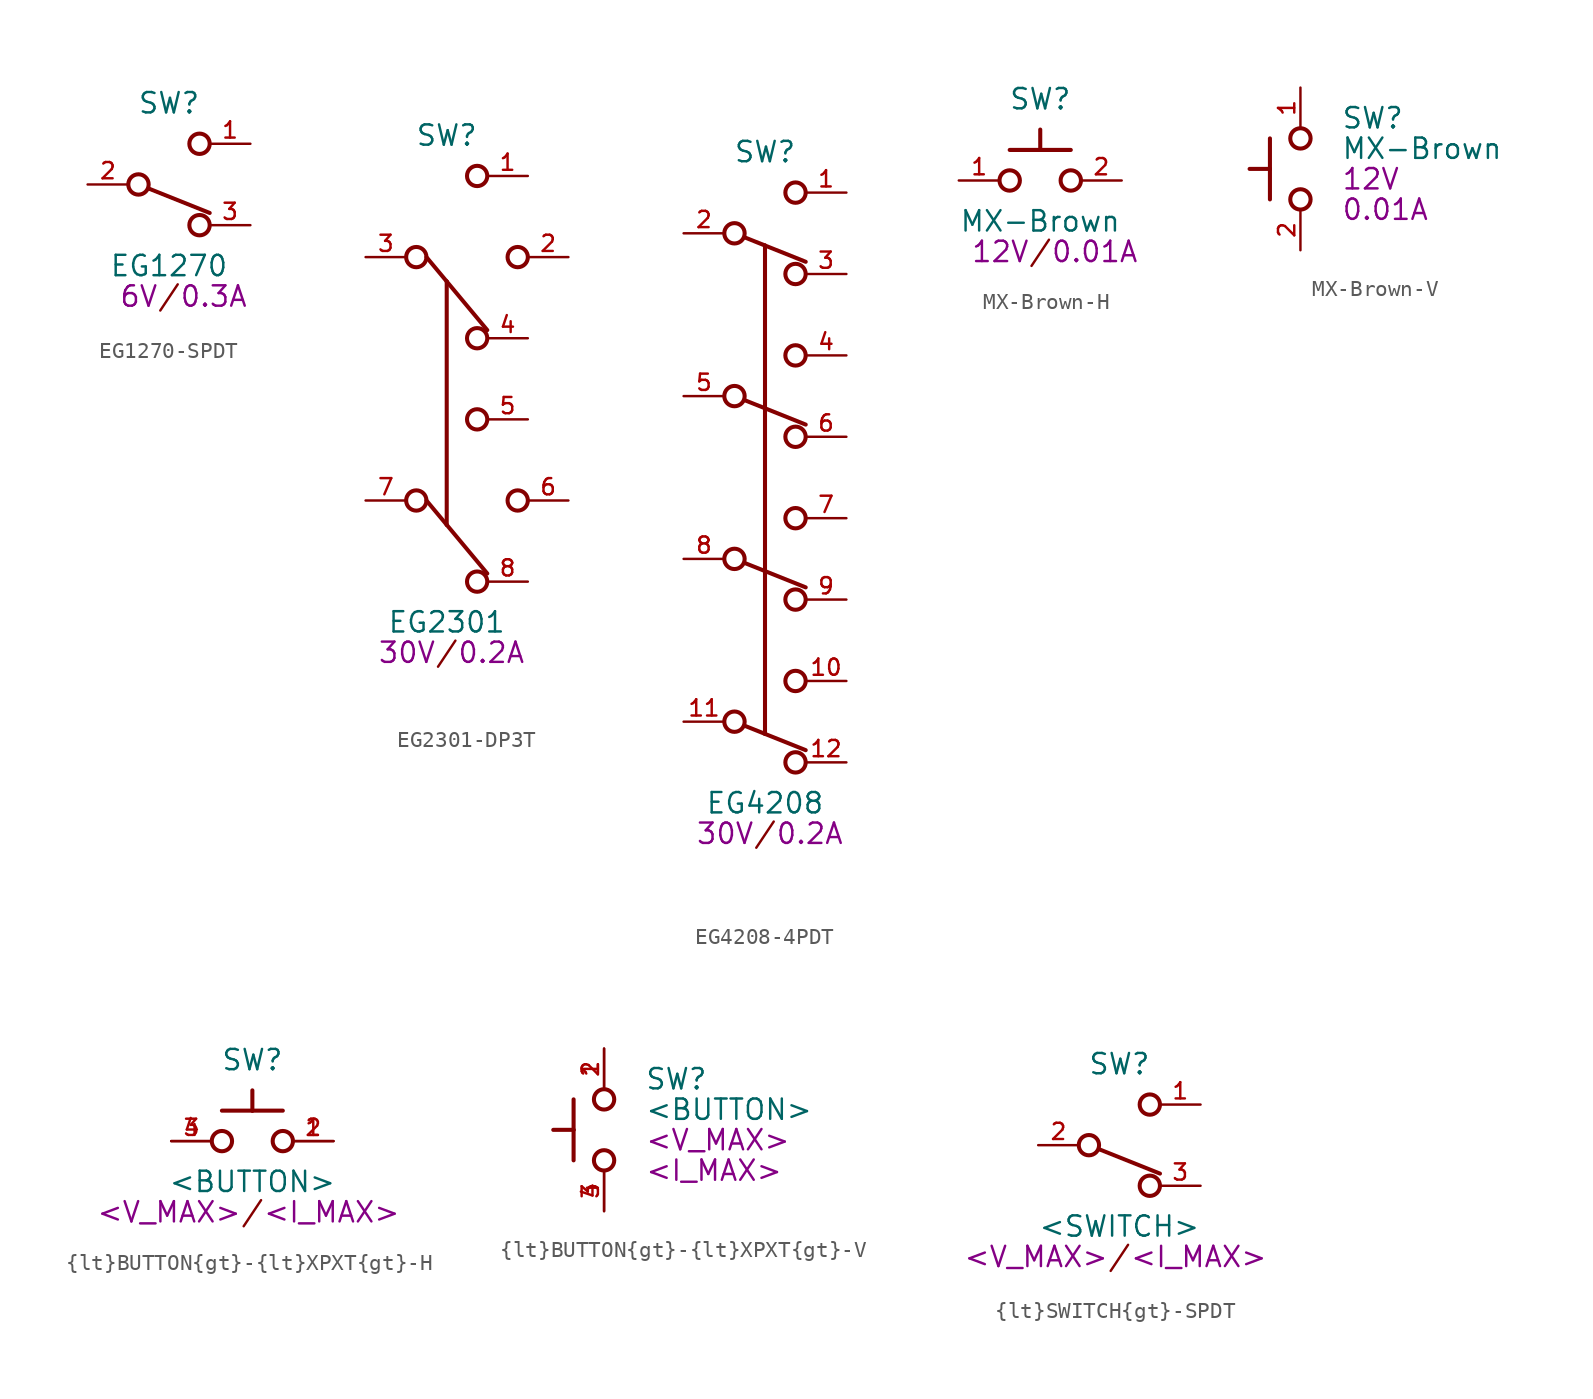
<source format=kicad_sym>
(kicad_symbol_lib
  (version 20231120)
  (generator "kicad_symbol_editor")
  (generator_version "8.0")
  (symbol "EG1270-SPDT"
    (pin_names
      (offset 1.016))
    (property "Reference" "SW"
      (at 0 5.08 0)
      (effects (font (size 1.27 1.27))))
    (property "Value" "EG1270"
      (at 0 -5.08 0)
      (effects (font (size 1.27 1.27))))
    (property "V_MAX" "6V"
      (at -0.635 -6.985 0)
      (effects (font (size 1.27 1.27)) (justify right)))
    (property "I_MAX" "0.3A"
      (at 0.635 -6.985 0)
      (effects (font (size 1.27 1.27)) (justify left)))
    (symbol "EG1270-SPDT_0_0"
      (circle (center -1.905 0) (radius 0.635) (stroke (width 0.254) (type default)) (fill (type none)))
      (polyline (pts (xy -1.27 -0.254) (xy 2.54 -1.778)) (stroke (width 0.254) (type default)) (fill (type none)))
      (circle (center 1.905 -2.54) (radius 0.635) (stroke (width 0.254) (type default)) (fill (type none)))
      (circle (center 1.905 2.54) (radius 0.635) (stroke (width 0.254) (type default)) (fill (type none)))
      (pin bidirectional line (at 5.08 2.54 180) (length 2.54) (name "~" (effects (font (size 1.016 1.016)))) (number "1" (effects (font (size 1.016 1.016)))))
      (pin bidirectional line (at -5.08 0 0) (length 2.54) (name "~" (effects (font (size 1.016 1.016)))) (number "2" (effects (font (size 1.016 1.016)))))
      (pin bidirectional line (at 5.08 -2.54 180) (length 2.54) (name "~" (effects (font (size 1.016 1.016)))) (number "3" (effects (font (size 1.016 1.016))))))
    (symbol "EG1270-SPDT_1_1"
      (text "/" (at 0 -6.985 0) (effects (font (size 1.27 1.27))))))
  (symbol "EG2301-DP3T"
    (pin_names
      (offset 1.016))
    (property "Reference" "SW"
      (at 0 15.24 0)
      (effects (font (size 1.27 1.27))))
    (property "Value" "EG2301"
      (at 0 -15.24 0)
      (effects (font (size 1.27 1.27))))
    (property "V_MAX" "30V"
      (at -0.635 -17.145 0)
      (effects (font (size 1.27 1.27)) (justify right)))
    (property "I_MAX" "0.2A"
      (at 0.635 -17.145 0)
      (effects (font (size 1.27 1.27)) (justify left)))
    (symbol "EG2301-DP3T_0_0"
      (circle (center -1.905 -7.62) (radius 0.635) (stroke (width 0.254) (type default)) (fill (type none)))
      (circle (center -1.905 7.62) (radius 0.635) (stroke (width 0.254) (type default)) (fill (type none)))
      (polyline (pts (xy -1.27 -7.62) (xy 0 -9.144)) (stroke (width 0.254) (type default)) (fill (type none)))
      (polyline (pts (xy -1.27 7.62) (xy 0 6.096)) (stroke (width 0.254) (type default)) (fill (type none)))
      (polyline (pts (xy 0 -9.144) (xy 2.54 -12.192)) (stroke (width 0.254) (type default)) (fill (type none)))
      (polyline (pts (xy 0 6.096) (xy 0 -9.144)) (stroke (width 0.254) (type default)) (fill (type none)))
      (polyline (pts (xy 0 6.096) (xy 2.54 3.048)) (stroke (width 0.254) (type default)) (fill (type none)))
      (circle (center 1.905 -12.7) (radius 0.635) (stroke (width 0.254) (type default)) (fill (type none)))
      (circle (center 1.905 -2.54) (radius 0.635) (stroke (width 0.254) (type default)) (fill (type none)))
      (circle (center 1.905 2.54) (radius 0.635) (stroke (width 0.254) (type default)) (fill (type none)))
      (circle (center 1.905 12.7) (radius 0.635) (stroke (width 0.254) (type default)) (fill (type none)))
      (circle (center 4.445 -7.62) (radius 0.635) (stroke (width 0.254) (type default)) (fill (type none)))
      (circle (center 4.445 7.62) (radius 0.635) (stroke (width 0.254) (type default)) (fill (type none)))
      (pin bidirectional line (at 5.08 12.7 180) (length 2.54) (name "~" (effects (font (size 1.016 1.016)))) (number "1" (effects (font (size 1.016 1.016)))))
      (pin bidirectional line (at 7.62 7.62 180) (length 2.54) (name "~" (effects (font (size 1.016 1.016)))) (number "2" (effects (font (size 1.016 1.016)))))
      (pin bidirectional line (at -5.08 7.62 0) (length 2.54) (name "~" (effects (font (size 1.016 1.016)))) (number "3" (effects (font (size 1.016 1.016)))))
      (pin bidirectional line (at 5.08 2.54 180) (length 2.54) (name "~" (effects (font (size 1.016 1.016)))) (number "4" (effects (font (size 1.016 1.016)))))
      (pin bidirectional line (at 5.08 -2.54 180) (length 2.54) (name "~" (effects (font (size 1.016 1.016)))) (number "5" (effects (font (size 1.016 1.016)))))
      (pin bidirectional line (at 7.62 -7.62 180) (length 2.54) (name "~" (effects (font (size 1.016 1.016)))) (number "6" (effects (font (size 1.016 1.016)))))
      (pin bidirectional line (at -5.08 -7.62 0) (length 2.54) (name "~" (effects (font (size 1.016 1.016)))) (number "7" (effects (font (size 1.016 1.016)))))
      (pin bidirectional line (at 5.08 -12.7 180) (length 2.54) (name "~" (effects (font (size 1.016 1.016)))) (number "8" (effects (font (size 1.016 1.016))))))
    (symbol "EG2301-DP3T_1_1"
      (text "/" (at 0 -17.145 0) (effects (font (size 1.27 1.27))))))
  (symbol "EG4208-4PDT"
    (pin_names
      (offset 1.016))
    (property "Reference" "SW"
      (at 0 20.32 0)
      (effects (font (size 1.27 1.27))))
    (property "Value" "EG4208"
      (at 0 -20.32 0)
      (effects (font (size 1.27 1.27))))
    (property "V_MAX" "30V"
      (at -0.635 -22.225 0)
      (effects (font (size 1.27 1.27)) (justify right)))
    (property "I_MAX" "0.2A"
      (at 0.635 -22.225 0)
      (effects (font (size 1.27 1.27)) (justify left)))
    (symbol "EG4208-4PDT_0_0"
      (circle (center -1.905 -15.24) (radius 0.635) (stroke (width 0.254) (type default)) (fill (type none)))
      (circle (center -1.905 -5.08) (radius 0.635) (stroke (width 0.254) (type default)) (fill (type none)))
      (circle (center -1.905 5.08) (radius 0.635) (stroke (width 0.254) (type default)) (fill (type none)))
      (circle (center -1.905 15.24) (radius 0.635) (stroke (width 0.254) (type default)) (fill (type none)))
      (polyline (pts (xy -1.27 -15.494) (xy 0 -16.002)) (stroke (width 0.254) (type default)) (fill (type none)))
      (polyline (pts (xy -1.27 -5.334) (xy 2.54 -6.858)) (stroke (width 0.254) (type default)) (fill (type none)))
      (polyline (pts (xy -1.27 4.826) (xy 2.54 3.302)) (stroke (width 0.254) (type default)) (fill (type none)))
      (polyline (pts (xy -1.27 14.986) (xy 0 14.478)) (stroke (width 0.254) (type default)) (fill (type none)))
      (polyline (pts (xy 0 -16.002) (xy 2.54 -17.018)) (stroke (width 0.254) (type default)) (fill (type none)))
      (polyline (pts (xy 0 14.478) (xy 0 -16.002)) (stroke (width 0.254) (type default)) (fill (type none)))
      (polyline (pts (xy 0 14.478) (xy 2.54 13.462)) (stroke (width 0.254) (type default)) (fill (type none)))
      (circle (center 1.905 -17.78) (radius 0.635) (stroke (width 0.254) (type default)) (fill (type none)))
      (circle (center 1.905 -12.7) (radius 0.635) (stroke (width 0.254) (type default)) (fill (type none)))
      (circle (center 1.905 -7.62) (radius 0.635) (stroke (width 0.254) (type default)) (fill (type none)))
      (circle (center 1.905 -2.54) (radius 0.635) (stroke (width 0.254) (type default)) (fill (type none)))
      (circle (center 1.905 2.54) (radius 0.635) (stroke (width 0.254) (type default)) (fill (type none)))
      (circle (center 1.905 7.62) (radius 0.635) (stroke (width 0.254) (type default)) (fill (type none)))
      (circle (center 1.905 12.7) (radius 0.635) (stroke (width 0.254) (type default)) (fill (type none)))
      (circle (center 1.905 17.78) (radius 0.635) (stroke (width 0.254) (type default)) (fill (type none)))
      (pin bidirectional line (at 5.08 17.78 180) (length 2.54) (name "~" (effects (font (size 1.016 1.016)))) (number "1" (effects (font (size 1.016 1.016)))))
      (pin bidirectional line (at 5.08 -12.7 180) (length 2.54) (name "~" (effects (font (size 1.016 1.016)))) (number "10" (effects (font (size 1.016 1.016)))))
      (pin bidirectional line (at -5.08 -15.24 0) (length 2.54) (name "~" (effects (font (size 1.016 1.016)))) (number "11" (effects (font (size 1.016 1.016)))))
      (pin bidirectional line (at 5.08 -17.78 180) (length 2.54) (name "~" (effects (font (size 1.016 1.016)))) (number "12" (effects (font (size 1.016 1.016)))))
      (pin bidirectional line (at -5.08 15.24 0) (length 2.54) (name "~" (effects (font (size 1.016 1.016)))) (number "2" (effects (font (size 1.016 1.016)))))
      (pin bidirectional line (at 5.08 12.7 180) (length 2.54) (name "~" (effects (font (size 1.016 1.016)))) (number "3" (effects (font (size 1.016 1.016)))))
      (pin bidirectional line (at 5.08 7.62 180) (length 2.54) (name "~" (effects (font (size 1.016 1.016)))) (number "4" (effects (font (size 1.016 1.016)))))
      (pin bidirectional line (at -5.08 5.08 0) (length 2.54) (name "~" (effects (font (size 1.016 1.016)))) (number "5" (effects (font (size 1.016 1.016)))))
      (pin bidirectional line (at 5.08 2.54 180) (length 2.54) (name "~" (effects (font (size 1.016 1.016)))) (number "6" (effects (font (size 1.016 1.016)))))
      (pin bidirectional line (at 5.08 -2.54 180) (length 2.54) (name "~" (effects (font (size 1.016 1.016)))) (number "7" (effects (font (size 1.016 1.016)))))
      (pin bidirectional line (at -5.08 -5.08 0) (length 2.54) (name "~" (effects (font (size 1.016 1.016)))) (number "8" (effects (font (size 1.016 1.016)))))
      (pin bidirectional line (at 5.08 -7.62 180) (length 2.54) (name "~" (effects (font (size 1.016 1.016)))) (number "9" (effects (font (size 1.016 1.016))))))
    (symbol "EG4208-4PDT_1_1"
      (text "/" (at 0 -22.225 0) (effects (font (size 1.27 1.27))))))
  (symbol "MX-Brown-H"
    (pin_names
      (offset 1.016))
    (property "Reference" "SW"
      (at 0 5.08 0)
      (effects (font (size 1.27 1.27))))
    (property "Value" "MX-Brown"
      (at 0 -2.54 0)
      (effects (font (size 1.27 1.27))))
    (property "V_MAX" "12V"
      (at -0.635 -4.445 0)
      (effects (font (size 1.27 1.27)) (justify right)))
    (property "I_MAX" "0.01A"
      (at 0.635 -4.445 0)
      (effects (font (size 1.27 1.27)) (justify left)))
    (symbol "MX-Brown-H_0_0"
      (circle (center -1.905 0) (radius 0.635) (stroke (width 0.254) (type default)) (fill (type none)))
      (polyline (pts (xy -1.905 1.905) (xy 0 1.905)) (stroke (width 0.254) (type default)) (fill (type none)))
      (polyline (pts (xy 0 1.905) (xy 0 3.175)) (stroke (width 0.254) (type default)) (fill (type none)))
      (polyline (pts (xy 0 1.905) (xy 1.905 1.905)) (stroke (width 0.254) (type default)) (fill (type none)))
      (circle (center 1.905 0) (radius 0.635) (stroke (width 0.254) (type default)) (fill (type none)))
      (text "/" (at 0 -4.445 0) (effects (font (size 1.27 1.27))))
      (pin bidirectional line (at 5.08 0 180) (length 2.54) (name "~" (effects (font (size 1.016 1.016)))) (number "2" (effects (font (size 1.016 1.016))))))
    (symbol "MX-Brown-H_1_0"
      (pin bidirectional line (at -5.08 0 0) (length 2.54) (name "~" (effects (font (size 1.016 1.016)))) (number "1" (effects (font (size 1.016 1.016)))))))
  (symbol "MX-Brown-V"
    (pin_names
      (offset 1.016))
    (property "Reference" "SW"
      (at 2.54 3.175 0)
      (effects (font (size 1.27 1.27)) (justify left)))
    (property "Value" "MX-Brown"
      (at 2.54 1.27 0)
      (effects (font (size 1.27 1.27)) (justify left)))
    (property "V_MAX" "12V"
      (at 2.54 -0.635 0)
      (effects (font (size 1.27 1.27)) (justify left)))
    (property "I_MAX" "0.01A"
      (at 2.54 -2.54 0)
      (effects (font (size 1.27 1.27)) (justify left)))
    (symbol "MX-Brown-V_0_0"
      (circle (center 0 -1.905) (radius 0.635) (stroke (width 0.254) (type default)) (fill (type none)))
      (polyline (pts (xy -1.905 -1.905) (xy -1.905 0)) (stroke (width 0.254) (type default)) (fill (type none)))
      (polyline (pts (xy -1.905 0) (xy -3.175 0)) (stroke (width 0.254) (type default)) (fill (type none)))
      (polyline (pts (xy -1.905 0) (xy -1.905 1.905)) (stroke (width 0.254) (type default)) (fill (type none)))
      (circle (center 0 1.905) (radius 0.635) (stroke (width 0.254) (type default)) (fill (type none)))
      (pin bidirectional line (at 0 5.08 270) (length 2.54) (name "~" (effects (font (size 1.016 1.016)))) (number "1" (effects (font (size 1.016 1.016))))))
    (symbol "MX-Brown-V_1_0"
      (pin bidirectional line (at 0 -5.08 90) (length 2.54) (name "~" (effects (font (size 1.016 1.016)))) (number "2" (effects (font (size 1.016 1.016)))))))
  (symbol "{lt}BUTTON{gt}-{lt}XPXT{gt}-H"
    (pin_names
      (offset 1.016))
    (property "Reference" "SW"
      (at 0 5.08 0)
      (effects (font (size 1.27 1.27))))
    (property "Value" "<BUTTON>"
      (at 0 -2.54 0)
      (effects (font (size 1.27 1.27))))
    (property "V_MAX" "<V_MAX>"
      (at -0.635 -4.445 0)
      (effects (font (size 1.27 1.27)) (justify right)))
    (property "I_MAX" "<I_MAX>"
      (at 0.635 -4.445 0)
      (effects (font (size 1.27 1.27)) (justify left)))
    (symbol "{lt}BUTTON{gt}-{lt}XPXT{gt}-H_0_0"
      (circle (center -1.905 0) (radius 0.635) (stroke (width 0.254) (type default)) (fill (type none)))
      (polyline (pts (xy -1.905 1.905) (xy 0 1.905)) (stroke (width 0.254) (type default)) (fill (type none)))
      (polyline (pts (xy 0 1.905) (xy 0 3.175)) (stroke (width 0.254) (type default)) (fill (type none)))
      (polyline (pts (xy 0 1.905) (xy 1.905 1.905)) (stroke (width 0.254) (type default)) (fill (type none)))
      (circle (center 1.905 0) (radius 0.635) (stroke (width 0.254) (type default)) (fill (type none)))
      (text "/" (at 0 -4.445 0) (effects (font (size 1.27 1.27))))
      (pin bidirectional line (at 5.08 0 180) (length 2.54) (name "~" (effects (font (size 1.016 1.016)))) (number "1" (effects (font (size 1.016 1.016)))))
      (pin bidirectional line (at 5.08 0 180) (length 2.54) (name "~" (effects (font (size 1.016 1.016)))) (number "2" (effects (font (size 1.016 1.016)))))
      (pin bidirectional line (at -5.08 0 0) (length 2.54) (name "~" (effects (font (size 1.016 1.016)))) (number "3" (effects (font (size 1.016 1.016)))))
      (pin bidirectional line (at -5.08 0 0) (length 2.54) (name "~" (effects (font (size 1.016 1.016)))) (number "4" (effects (font (size 1.016 1.016)))))))
  (symbol "{lt}BUTTON{gt}-{lt}XPXT{gt}-V"
    (pin_names
      (offset 1.016))
    (property "Reference" "SW"
      (at 2.54 3.175 0)
      (effects (font (size 1.27 1.27)) (justify left)))
    (property "Value" "<BUTTON>"
      (at 2.54 1.27 0)
      (effects (font (size 1.27 1.27)) (justify left)))
    (property "V_MAX" "<V_MAX>"
      (at 2.54 -0.635 0)
      (effects (font (size 1.27 1.27)) (justify left)))
    (property "I_MAX" "<I_MAX>"
      (at 2.54 -2.54 0)
      (effects (font (size 1.27 1.27)) (justify left)))
    (symbol "{lt}BUTTON{gt}-{lt}XPXT{gt}-V_0_0"
      (circle (center 0 -1.905) (radius 0.635) (stroke (width 0.254) (type default)) (fill (type none)))
      (polyline (pts (xy -1.905 -1.905) (xy -1.905 0)) (stroke (width 0.254) (type default)) (fill (type none)))
      (polyline (pts (xy -1.905 0) (xy -3.175 0)) (stroke (width 0.254) (type default)) (fill (type none)))
      (polyline (pts (xy -1.905 0) (xy -1.905 1.905)) (stroke (width 0.254) (type default)) (fill (type none)))
      (circle (center 0 1.905) (radius 0.635) (stroke (width 0.254) (type default)) (fill (type none)))
      (pin bidirectional line (at 0 5.08 270) (length 2.54) (name "~" (effects (font (size 1.016 1.016)))) (number "1" (effects (font (size 1.016 1.016)))))
      (pin bidirectional line (at 0 5.08 270) (length 2.54) (name "~" (effects (font (size 1.016 1.016)))) (number "2" (effects (font (size 1.016 1.016)))))
      (pin bidirectional line (at 0 -5.08 90) (length 2.54) (name "~" (effects (font (size 1.016 1.016)))) (number "3" (effects (font (size 1.016 1.016)))))
      (pin bidirectional line (at 0 -5.08 90) (length 2.54) (name "~" (effects (font (size 1.016 1.016)))) (number "4" (effects (font (size 1.016 1.016)))))))
  (symbol "{lt}SWITCH{gt}-SPDT"
    (pin_names
      (offset 1.016))
    (property "Reference" "SW"
      (at 0 5.08 0)
      (effects (font (size 1.27 1.27))))
    (property "Value" "<SWITCH>"
      (at 0 -5.08 0)
      (effects (font (size 1.27 1.27))))
    (property "V_MAX" "<V_MAX>"
      (at -0.635 -6.985 0)
      (effects (font (size 1.27 1.27)) (justify right)))
    (property "I_MAX" "<I_MAX>"
      (at 0.635 -6.985 0)
      (effects (font (size 1.27 1.27)) (justify left)))
    (symbol "{lt}SWITCH{gt}-SPDT_0_0"
      (circle (center -1.905 0) (radius 0.635) (stroke (width 0.254) (type default)) (fill (type none)))
      (polyline (pts (xy -1.27 -0.254) (xy 2.54 -1.778)) (stroke (width 0.254) (type default)) (fill (type none)))
      (circle (center 1.905 -2.54) (radius 0.635) (stroke (width 0.254) (type default)) (fill (type none)))
      (circle (center 1.905 2.54) (radius 0.635) (stroke (width 0.254) (type default)) (fill (type none)))
      (pin bidirectional line (at 5.08 2.54 180) (length 2.54) (name "~" (effects (font (size 1.016 1.016)))) (number "1" (effects (font (size 1.016 1.016)))))
      (pin bidirectional line (at -5.08 0 0) (length 2.54) (name "~" (effects (font (size 1.016 1.016)))) (number "2" (effects (font (size 1.016 1.016)))))
      (pin bidirectional line (at 5.08 -2.54 180) (length 2.54) (name "~" (effects (font (size 1.016 1.016)))) (number "3" (effects (font (size 1.016 1.016))))))
    (symbol "{lt}SWITCH{gt}-SPDT_1_1"
      (text "/" (at 0 -6.985 0) (effects (font (size 1.27 1.27)))))))
</source>
